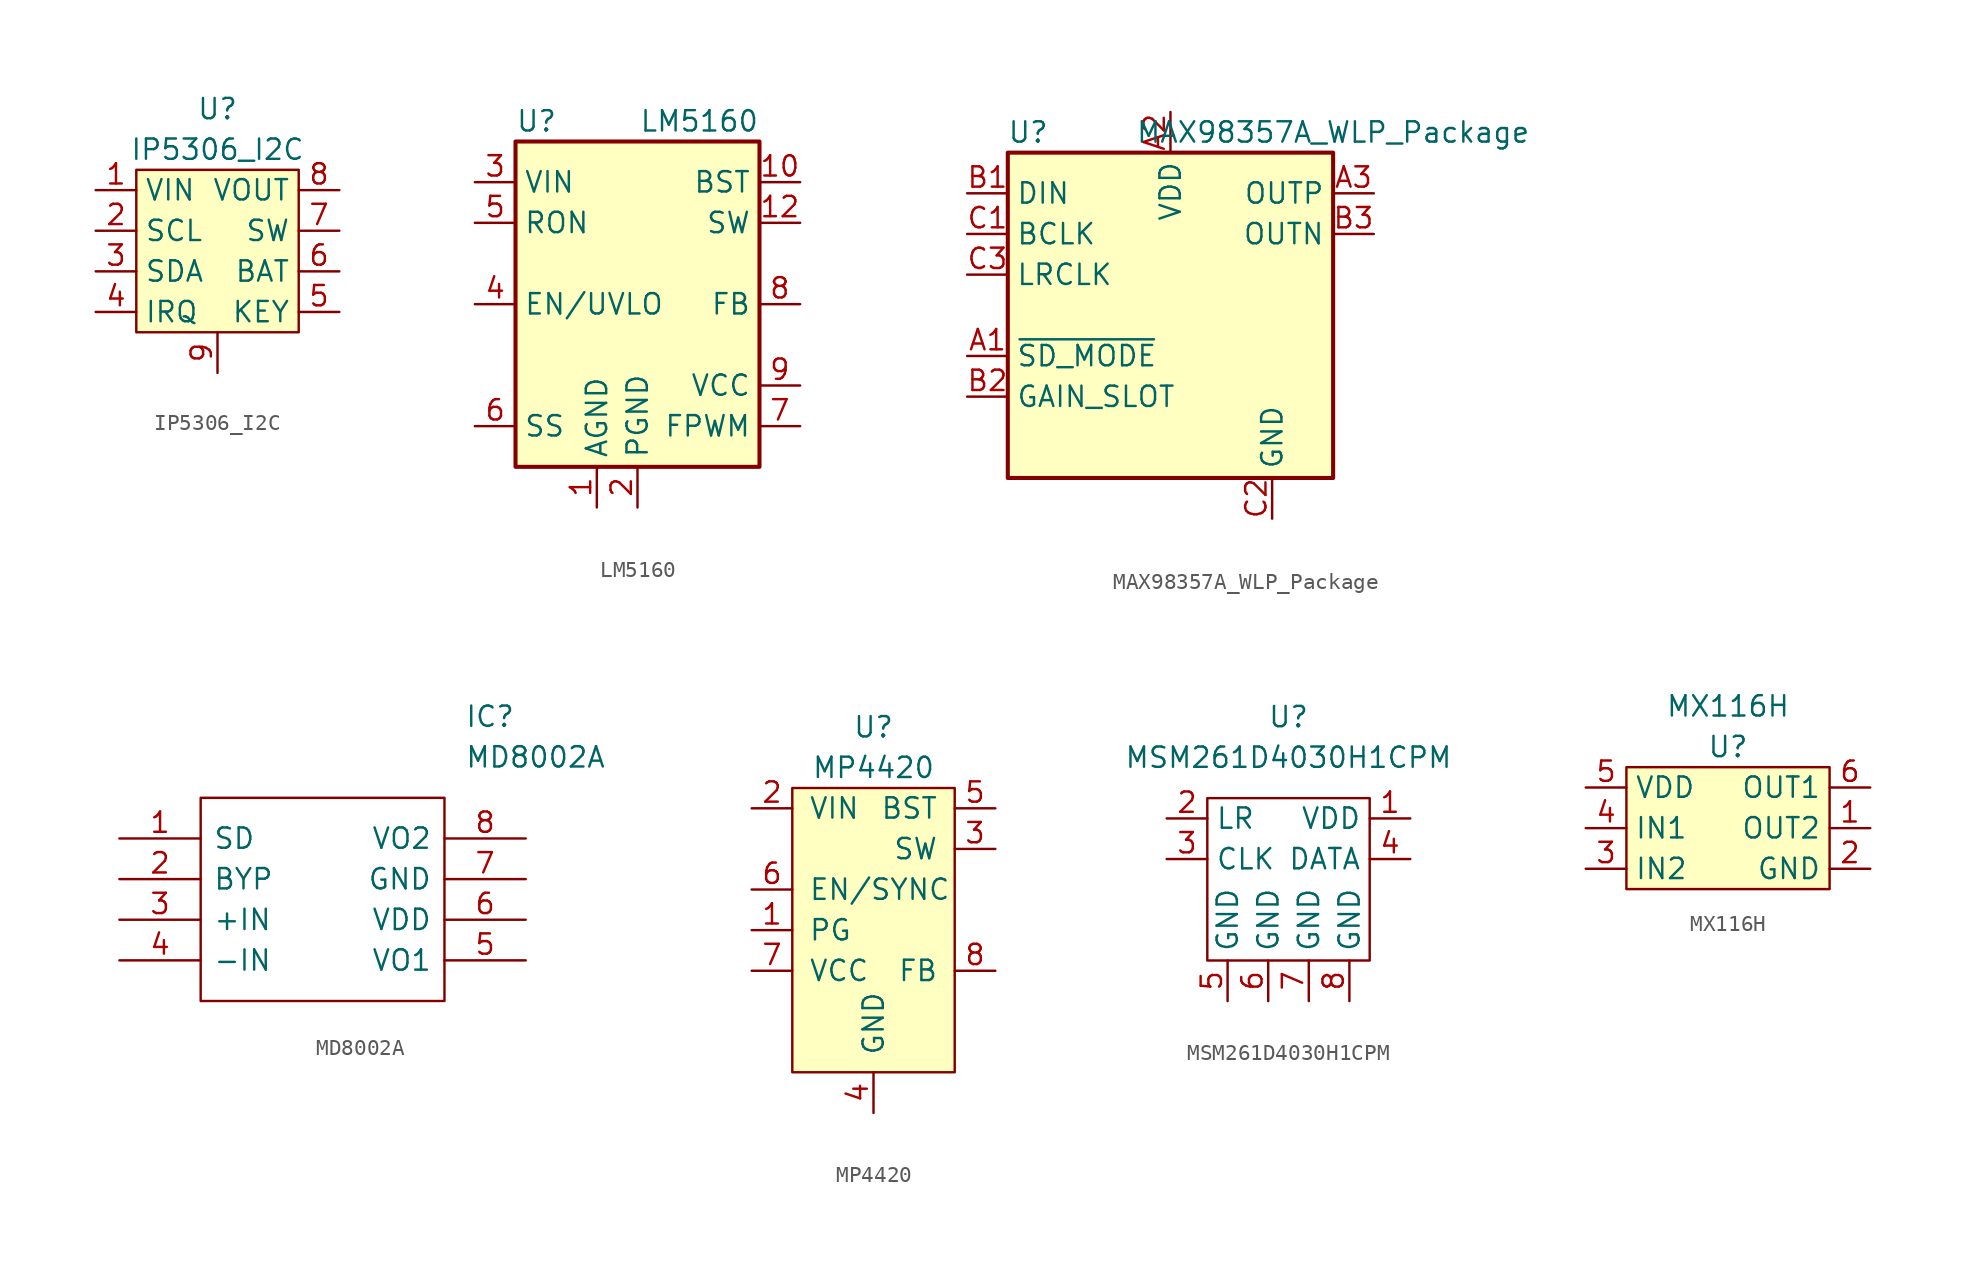
<source format=kicad_sym>
(kicad_symbol_lib
  (version 20241209)
  (generator "kicad_symbol_editor")
  (generator_version "9.0")
  (symbol "IP5306_I2C"
    (property "Reference" "U"
      (at 0 8.89 0)
      (effects (font (size 1.27 1.27))))
    (property "Value" "IP5306_I2C"
      (at 0 6.35 0)
      (effects (font (size 1.27 1.27))))
    (symbol "IP5306_I2C_0_1"
      (rectangle (start -5.08 5.08) (end 5.08 -5.08) (stroke (width 0) (type default)) (fill (type background))))
    (symbol "IP5306_I2C_1_1"
      (pin power_in line (at -7.62 3.81 0) (length 2.54) (name "VIN" (effects (font (size 1.27 1.27)))) (number "1" (effects (font (size 1.27 1.27)))))
      (pin output line (at -7.62 1.27 0) (length 2.54) (name "SCL" (effects (font (size 1.27 1.27)))) (number "2" (effects (font (size 1.27 1.27)))))
      (pin output line (at -7.62 -1.27 0) (length 2.54) (name "SDA" (effects (font (size 1.27 1.27)))) (number "3" (effects (font (size 1.27 1.27)))))
      (pin output line (at -7.62 -3.81 0) (length 2.54) (name "IRQ" (effects (font (size 1.27 1.27)))) (number "4" (effects (font (size 1.27 1.27)))))
      (pin passive line (at 0 -7.62 90) (length 2.54) (name "" (effects (font (size 1.27 1.27)))) (number "9" (effects (font (size 1.27 1.27)))))
      (pin power_out line (at 7.62 3.81 180) (length 2.54) (name "VOUT" (effects (font (size 1.27 1.27)))) (number "8" (effects (font (size 1.27 1.27)))))
      (pin output line (at 7.62 1.27 180) (length 2.54) (name "SW" (effects (font (size 1.27 1.27)))) (number "7" (effects (font (size 1.27 1.27)))))
      (pin input line (at 7.62 -1.27 180) (length 2.54) (name "BAT" (effects (font (size 1.27 1.27)))) (number "6" (effects (font (size 1.27 1.27)))))
      (pin bidirectional line (at 7.62 -3.81 180) (length 2.54) (name "KEY" (effects (font (size 1.27 1.27)))) (number "5" (effects (font (size 1.27 1.27)))))))
  (symbol "LM5160"
    (property "Reference" "U"
      (at -7.62 11.43 0)
      (effects (font (size 1.27 1.27)) (justify left)))
    (property "Value" "LM5160"
      (at 7.62 11.43 0)
      (effects (font (size 1.27 1.27)) (justify right)))
    (symbol "LM5160_0_1"
      (rectangle (start -7.62 10.16) (end 7.62 -10.16) (stroke (width 0.254) (type default)) (fill (type background))))
    (symbol "LM5160_1_1"
      (pin power_in line (at -10.16 7.62 0) (length 2.54) (name "VIN" (effects (font (size 1.27 1.27)))) (number "3" (effects (font (size 1.27 1.27)))))
      (pin input line (at -10.16 5.08 0) (length 2.54) (name "RON" (effects (font (size 1.27 1.27)))) (number "5" (effects (font (size 1.27 1.27)))))
      (pin input line (at -10.16 0 0) (length 2.54) (name "EN/UVLO" (effects (font (size 1.27 1.27)))) (number "4" (effects (font (size 1.27 1.27)))))
      (pin passive line (at -10.16 -7.62 0) (length 2.54) (name "SS" (effects (font (size 1.27 1.27)))) (number "6" (effects (font (size 1.27 1.27)))))
      (pin power_in line (at -2.54 -12.7 90) (length 2.54) (name "AGND" (effects (font (size 1.27 1.27)))) (number "1" (effects (font (size 1.27 1.27)))))
      (pin passive line (at -2.54 -12.7 90) (length 2.54) (hide yes) (name "AGND" (effects (font (size 1.27 1.27)))) (number "13" (effects (font (size 1.27 1.27)))))
      (pin power_in line (at 0 -12.7 90) (length 2.54) (name "PGND" (effects (font (size 1.27 1.27)))) (number "2" (effects (font (size 1.27 1.27)))))
      (pin passive line (at 10.16 7.62 180) (length 2.54) (name "BST" (effects (font (size 1.27 1.27)))) (number "10" (effects (font (size 1.27 1.27)))))
      (pin passive line (at 10.16 5.08 180) (length 2.54) (hide yes) (name "SW" (effects (font (size 1.27 1.27)))) (number "11" (effects (font (size 1.27 1.27)))))
      (pin power_out line (at 10.16 5.08 180) (length 2.54) (name "SW" (effects (font (size 1.27 1.27)))) (number "12" (effects (font (size 1.27 1.27)))))
      (pin input line (at 10.16 0 180) (length 2.54) (name "FB" (effects (font (size 1.27 1.27)))) (number "8" (effects (font (size 1.27 1.27)))))
      (pin power_out line (at 10.16 -5.08 180) (length 2.54) (name "VCC" (effects (font (size 1.27 1.27)))) (number "9" (effects (font (size 1.27 1.27)))))
      (pin input line (at 10.16 -7.62 180) (length 2.54) (name "FPWM" (effects (font (size 1.27 1.27)))) (number "7" (effects (font (size 1.27 1.27)))))))
  (symbol "MAX98357A_WLP_Package"
    (property "Reference" "U"
      (at -8.89 11.43 0)
      (effects (font (size 1.27 1.27))))
    (property "Value" "MAX98357A_WLP_Package"
      (at 10.16 11.43 0)
      (effects (font (size 1.27 1.27))))
    (symbol "MAX98357A_WLP_Package_1_1"
      (rectangle (start -10.16 10.16) (end 10.16 -10.16) (stroke (width 0.254) (type default)) (fill (type background)))
      (pin input line (at -12.7 7.62 0) (length 2.54) (name "DIN" (effects (font (size 1.27 1.27)))) (number "B1" (effects (font (size 1.27 1.27)))))
      (pin input line (at -12.7 5.08 0) (length 2.54) (name "BCLK" (effects (font (size 1.27 1.27)))) (number "C1" (effects (font (size 1.27 1.27)))))
      (pin input line (at -12.7 2.54 0) (length 2.54) (name "LRCLK" (effects (font (size 1.27 1.27)))) (number "C3" (effects (font (size 1.27 1.27)))))
      (pin input line (at -12.7 -2.54 0) (length 2.54) (name "~{SD_MODE}" (effects (font (size 1.27 1.27)))) (number "A1" (effects (font (size 1.27 1.27)))))
      (pin passive line (at -12.7 -5.08 0) (length 2.54) (name "GAIN_SLOT" (effects (font (size 1.27 1.27)))) (number "B2" (effects (font (size 1.27 1.27)))))
      (pin power_in line (at 0 12.7 270) (length 2.54) (name "VDD" (effects (font (size 1.27 1.27)))) (number "A2" (effects (font (size 1.27 1.27)))))
      (pin power_in line (at 6.35 -12.7 90) (length 2.54) (name "GND" (effects (font (size 1.27 1.27)))) (number "C2" (effects (font (size 1.27 1.27)))))
      (pin output line (at 12.7 7.62 180) (length 2.54) (name "OUTP" (effects (font (size 1.27 1.27)))) (number "A3" (effects (font (size 1.27 1.27)))))
      (pin output line (at 12.7 5.08 180) (length 2.54) (name "OUTN" (effects (font (size 1.27 1.27)))) (number "B3" (effects (font (size 1.27 1.27)))))))
  (symbol "MD8002A"
    (pin_names
      (offset 0.762))
    (property "Reference" "IC"
      (at 21.59 7.62 0)
      (effects (font (size 1.27 1.27)) (justify left)))
    (property "Value" "MD8002A"
      (at 21.59 5.08 0)
      (effects (font (size 1.27 1.27)) (justify left)))
    (symbol "MD8002A_0_0"
      (pin passive line (at 0 0 0) (length 5.08) (name "SD" (effects (font (size 1.27 1.27)))) (number "1" (effects (font (size 1.27 1.27)))))
      (pin output line (at 0 -2.54 0) (length 5.08) (name "BYP" (effects (font (size 1.27 1.27)))) (number "2" (effects (font (size 1.27 1.27)))))
      (pin input line (at 0 -5.08 0) (length 5.08) (name "+IN" (effects (font (size 1.27 1.27)))) (number "3" (effects (font (size 1.27 1.27)))))
      (pin input line (at 0 -7.62 0) (length 5.08) (name "-IN" (effects (font (size 1.27 1.27)))) (number "4" (effects (font (size 1.27 1.27)))))
      (pin output line (at 25.4 0 180) (length 5.08) (name "VO2" (effects (font (size 1.27 1.27)))) (number "8" (effects (font (size 1.27 1.27)))))
      (pin power_in line (at 25.4 -2.54 180) (length 5.08) (name "GND" (effects (font (size 1.27 1.27)))) (number "7" (effects (font (size 1.27 1.27)))))
      (pin power_in line (at 25.4 -5.08 180) (length 5.08) (name "VDD" (effects (font (size 1.27 1.27)))) (number "6" (effects (font (size 1.27 1.27)))))
      (pin output line (at 25.4 -7.62 180) (length 5.08) (name "VO1" (effects (font (size 1.27 1.27)))) (number "5" (effects (font (size 1.27 1.27))))))
    (symbol "MD8002A_0_1"
      (polyline (pts (xy 5.08 2.54) (xy 20.32 2.54) (xy 20.32 -10.16) (xy 5.08 -10.16) (xy 5.08 2.54)) (stroke (width 0.152) (type default)) (fill (type none)))))
  (symbol "MP4420"
    (pin_names
      (offset 1.016))
    (property "Reference" "U"
      (at 0 10.16 0)
      (effects (font (size 1.27 1.27))))
    (property "Value" "MP4420"
      (at 0 7.62 0)
      (effects (font (size 1.27 1.27))))
    (symbol "MP4420_0_1"
      (rectangle (start -5.08 6.35) (end 5.08 -11.43) (stroke (width 0) (type default)) (fill (type background))))
    (symbol "MP4420_1_1"
      (pin power_in line (at -7.62 5.08 0) (length 2.54) (name "VIN" (effects (font (size 1.27 1.27)))) (number "2" (effects (font (size 1.27 1.27)))))
      (pin input line (at -7.62 0 0) (length 2.54) (name "EN/SYNC" (effects (font (size 1.27 1.27)))) (number "6" (effects (font (size 1.27 1.27)))))
      (pin output line (at -7.62 -2.54 0) (length 2.54) (name "PG" (effects (font (size 1.27 1.27)))) (number "1" (effects (font (size 1.27 1.27)))))
      (pin power_out line (at -7.62 -5.08 0) (length 2.54) (name "VCC" (effects (font (size 1.27 1.27)))) (number "7" (effects (font (size 1.27 1.27)))))
      (pin power_in line (at 0 -13.97 90) (length 2.54) (name "GND" (effects (font (size 1.27 1.27)))) (number "4" (effects (font (size 1.27 1.27)))))
      (pin tri_state line (at 7.62 5.08 180) (length 2.54) (name "BST" (effects (font (size 1.27 1.27)))) (number "5" (effects (font (size 1.27 1.27)))))
      (pin output line (at 7.62 2.54 180) (length 2.54) (name "SW" (effects (font (size 1.27 1.27)))) (number "3" (effects (font (size 1.27 1.27)))))
      (pin input line (at 7.62 -5.08 180) (length 2.54) (name "FB" (effects (font (size 1.27 1.27)))) (number "8" (effects (font (size 1.27 1.27)))))))
  (symbol "MSM261D4030H1CPM"
    (property "Reference" "U"
      (at 0 2.54 0)
      (effects (font (size 1.27 1.27))))
    (property "Value" "MSM261D4030H1CPM"
      (at 0 0 0)
      (effects (font (size 1.27 1.27))))
    (symbol "MSM261D4030H1CPM_0_1"
      (rectangle (start -5.08 -2.54) (end 5.08 -12.7) (stroke (width 0) (type default)) (fill (type none))))
    (symbol "MSM261D4030H1CPM_1_1"
      (pin input line (at -7.62 -3.81 0) (length 2.54) (name "LR" (effects (font (size 1.27 1.27)))) (number "2" (effects (font (size 1.27 1.27)))))
      (pin input line (at -7.62 -6.35 0) (length 2.54) (name "CLK" (effects (font (size 1.27 1.27)))) (number "3" (effects (font (size 1.27 1.27)))))
      (pin power_in line (at -3.81 -15.24 90) (length 2.54) (name "GND" (effects (font (size 1.27 1.27)))) (number "5" (effects (font (size 1.27 1.27)))))
      (pin power_in line (at -1.27 -15.24 90) (length 2.54) (name "GND" (effects (font (size 1.27 1.27)))) (number "6" (effects (font (size 1.27 1.27)))))
      (pin power_in line (at 1.27 -15.24 90) (length 2.54) (name "GND" (effects (font (size 1.27 1.27)))) (number "7" (effects (font (size 1.27 1.27)))))
      (pin power_in line (at 3.81 -15.24 90) (length 2.54) (name "GND" (effects (font (size 1.27 1.27)))) (number "8" (effects (font (size 1.27 1.27)))))
      (pin power_in line (at 7.62 -3.81 180) (length 2.54) (name "VDD" (effects (font (size 1.27 1.27)))) (number "1" (effects (font (size 1.27 1.27)))))
      (pin output line (at 7.62 -6.35 180) (length 2.54) (name "DATA" (effects (font (size 1.27 1.27)))) (number "4" (effects (font (size 1.27 1.27)))))))
  (symbol "MX116H"
    (property "Reference" "U"
      (at 0 5.08 0)
      (effects (font (size 1.27 1.27))))
    (property "Value" "MX116H"
      (at 0 7.62 0)
      (effects (font (size 1.27 1.27))))
    (symbol "MX116H_0_1"
      (rectangle (start -6.35 3.81) (end 6.35 -3.81) (stroke (width 0) (type default)) (fill (type background))))
    (symbol "MX116H_1_1"
      (pin power_in line (at -8.89 2.54 0) (length 2.54) (name "VDD" (effects (font (size 1.27 1.27)))) (number "5" (effects (font (size 1.27 1.27)))))
      (pin input line (at -8.89 0 0) (length 2.54) (name "IN1" (effects (font (size 1.27 1.27)))) (number "4" (effects (font (size 1.27 1.27)))))
      (pin input line (at -8.89 -2.54 0) (length 2.54) (name "IN2" (effects (font (size 1.27 1.27)))) (number "3" (effects (font (size 1.27 1.27)))))
      (pin output line (at 8.89 2.54 180) (length 2.54) (name "OUT1" (effects (font (size 1.27 1.27)))) (number "6" (effects (font (size 1.27 1.27)))))
      (pin output line (at 8.89 0 180) (length 2.54) (name "OUT2" (effects (font (size 1.27 1.27)))) (number "1" (effects (font (size 1.27 1.27)))))
      (pin power_in line (at 8.89 -2.54 180) (length 2.54) (name "GND" (effects (font (size 1.27 1.27)))) (number "2" (effects (font (size 1.27 1.27))))))))
</source>
